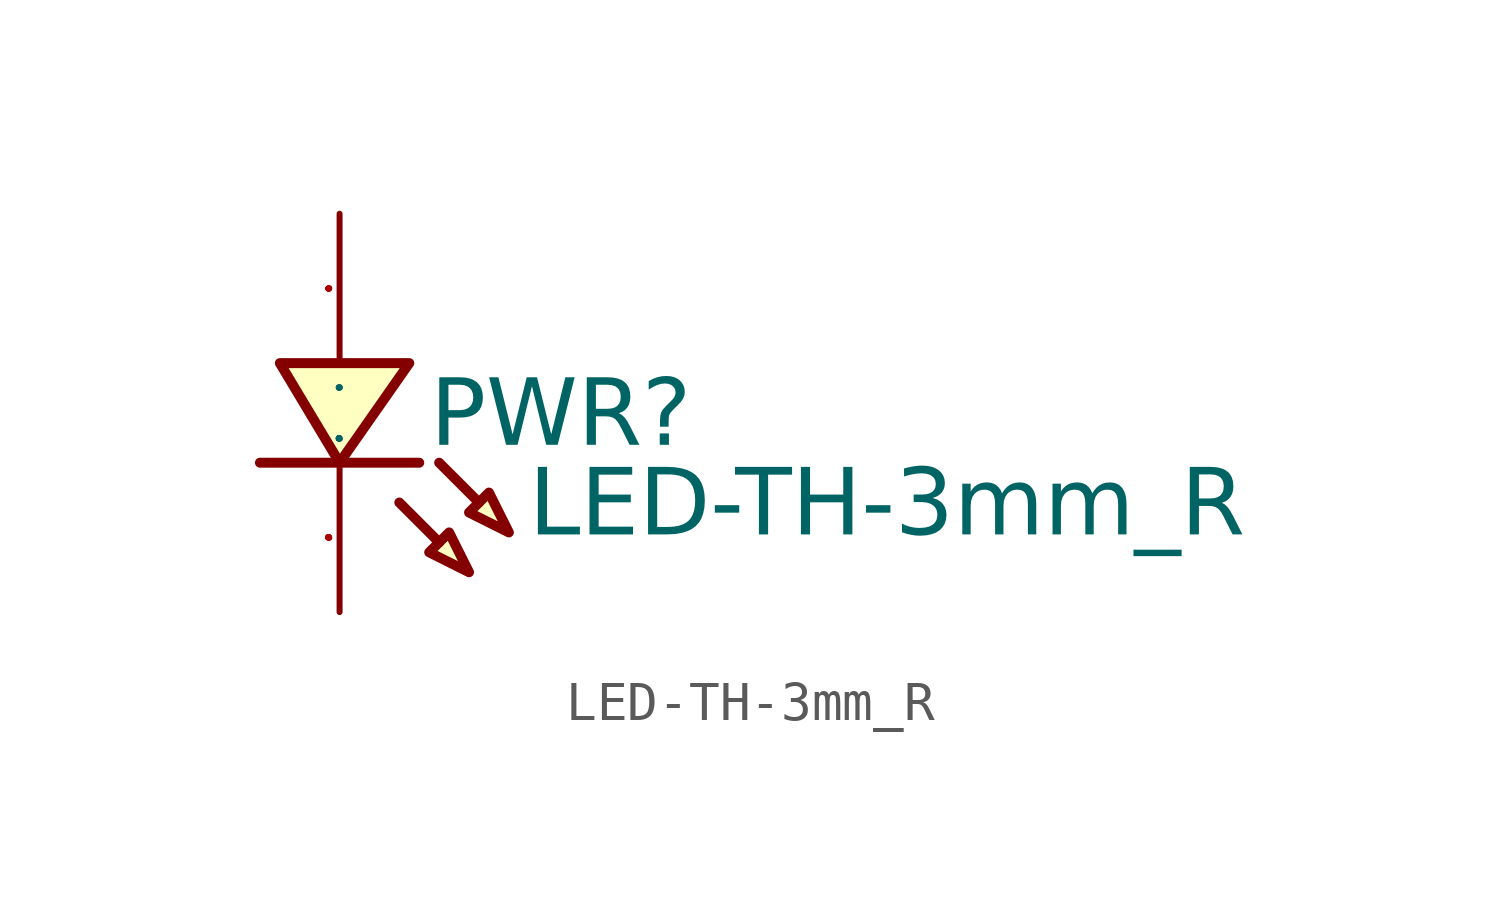
<source format=kicad_sym>
(kicad_symbol_lib
  (version 20231120)
  (generator "kicad_symbol_editor")
  (generator_version "8.0")
  (symbol "LED-TH-3mm_R"
    (property "Reference" "PWR"
      (at 2.311 0.876 0)
      (effects (font (face "Arial") (size 1.689 1.689)) (justify left top)))
    (property "Value" "LED-TH-3mm_R"
      (at 4.826 -1.41 0)
      (effects (font (face "Arial") (size 1.689 1.689)) (justify left top)))
    (symbol "LED-TH-3mm_R_0_0"
      (polyline (pts (xy 1.524 -2.286) (xy 2.54 -3.302)) (stroke (width 0.254) (type solid)) (fill (type outline)))
      (polyline (pts (xy 2.032 -1.27) (xy -2.032 -1.27)) (stroke (width 0.254) (type solid)) (fill (type background)))
      (polyline (pts (xy 2.54 -1.27) (xy 3.556 -2.286)) (stroke (width 0.254) (type solid)) (fill (type outline)))
      (polyline (pts (xy -1.524 1.27) (xy 0 -1.27) (xy 1.778 1.27) (xy -1.524 1.27)) (stroke (width 0.254) (type solid)) (fill (type background)))
      (polyline (pts (xy 3.302 -4.064) (xy 2.794 -3.048) (xy 2.286 -3.556) (xy 3.302 -4.064)) (stroke (width 0.254) (type solid)) (fill (type background)))
      (polyline (pts (xy 4.318 -3.048) (xy 3.81 -2.032) (xy 3.302 -2.54) (xy 4.318 -3.048)) (stroke (width 0.254) (type solid)) (fill (type background)))
      (pin unspecified line (at 0 5.08 270) (length 3.81) (name "1" (effects (font (size 0.025 0.025)))) (number "1" (effects (font (size 0.025 0.025)))))
      (pin unspecified line (at 0 -5.08 90) (length 3.81) (name "2" (effects (font (size 0.025 0.025)))) (number "2" (effects (font (size 0.025 0.025))))))))
</source>
